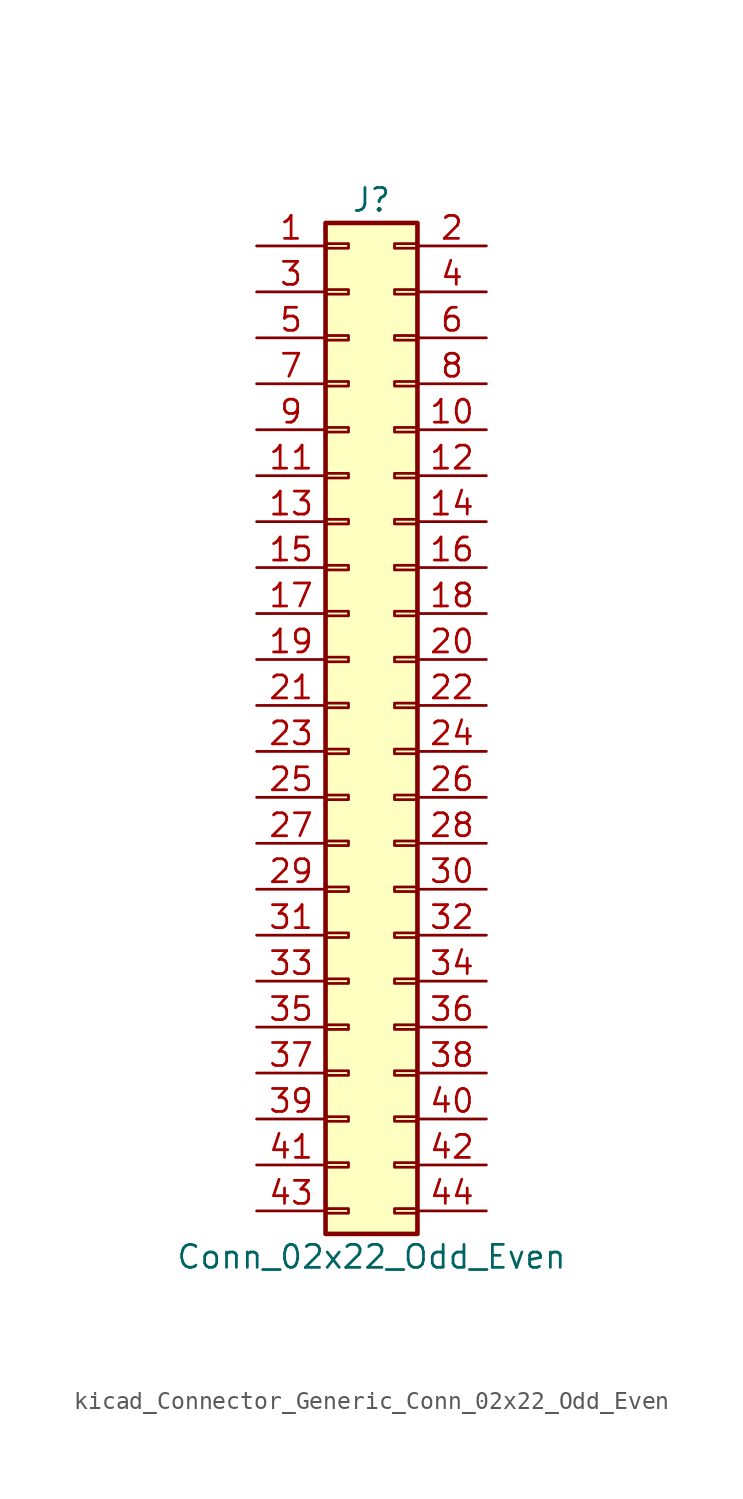
<source format=kicad_sym>
(kicad_symbol_lib
  (version 20220914)
  (generator kicad_symbol_editor)
  (symbol "kicad_Connector_Generic_Conn_02x22_Odd_Even"
    (pin_names
      (offset 1.016) hide)
    (property "Reference" "J"
      (at 1.27 27.94 0)
      (effects (font (size 1.27 1.27))))
    (property "Value" "Conn_02x22_Odd_Even"
      (at 1.27 -30.48 0)
      (effects (font (size 1.27 1.27))))
    (symbol "kicad_Connector_Generic_Conn_02x22_Odd_Even_1_1"
      (rectangle (start -1.27 -27.813) (end 0 -28.067) (stroke (width 0.152) (type default)) (fill (type none)))
      (rectangle (start -1.27 -25.273) (end 0 -25.527) (stroke (width 0.152) (type default)) (fill (type none)))
      (rectangle (start -1.27 -22.733) (end 0 -22.987) (stroke (width 0.152) (type default)) (fill (type none)))
      (rectangle (start -1.27 -20.193) (end 0 -20.447) (stroke (width 0.152) (type default)) (fill (type none)))
      (rectangle (start -1.27 -17.653) (end 0 -17.907) (stroke (width 0.152) (type default)) (fill (type none)))
      (rectangle (start -1.27 -15.113) (end 0 -15.367) (stroke (width 0.152) (type default)) (fill (type none)))
      (rectangle (start -1.27 -12.573) (end 0 -12.827) (stroke (width 0.152) (type default)) (fill (type none)))
      (rectangle (start -1.27 -10.033) (end 0 -10.287) (stroke (width 0.152) (type default)) (fill (type none)))
      (rectangle (start -1.27 -7.493) (end 0 -7.747) (stroke (width 0.152) (type default)) (fill (type none)))
      (rectangle (start -1.27 -4.953) (end 0 -5.207) (stroke (width 0.152) (type default)) (fill (type none)))
      (rectangle (start -1.27 -2.413) (end 0 -2.667) (stroke (width 0.152) (type default)) (fill (type none)))
      (rectangle (start -1.27 0.127) (end 0 -0.127) (stroke (width 0.152) (type default)) (fill (type none)))
      (rectangle (start -1.27 2.667) (end 0 2.413) (stroke (width 0.152) (type default)) (fill (type none)))
      (rectangle (start -1.27 5.207) (end 0 4.953) (stroke (width 0.152) (type default)) (fill (type none)))
      (rectangle (start -1.27 7.747) (end 0 7.493) (stroke (width 0.152) (type default)) (fill (type none)))
      (rectangle (start -1.27 10.287) (end 0 10.033) (stroke (width 0.152) (type default)) (fill (type none)))
      (rectangle (start -1.27 12.827) (end 0 12.573) (stroke (width 0.152) (type default)) (fill (type none)))
      (rectangle (start -1.27 15.367) (end 0 15.113) (stroke (width 0.152) (type default)) (fill (type none)))
      (rectangle (start -1.27 17.907) (end 0 17.653) (stroke (width 0.152) (type default)) (fill (type none)))
      (rectangle (start -1.27 20.447) (end 0 20.193) (stroke (width 0.152) (type default)) (fill (type none)))
      (rectangle (start -1.27 22.987) (end 0 22.733) (stroke (width 0.152) (type default)) (fill (type none)))
      (rectangle (start -1.27 25.527) (end 0 25.273) (stroke (width 0.152) (type default)) (fill (type none)))
      (rectangle (start -1.27 26.67) (end 3.81 -29.21) (stroke (width 0.254) (type default)) (fill (type background)))
      (rectangle (start 3.81 -27.813) (end 2.54 -28.067) (stroke (width 0.152) (type default)) (fill (type none)))
      (rectangle (start 3.81 -25.273) (end 2.54 -25.527) (stroke (width 0.152) (type default)) (fill (type none)))
      (rectangle (start 3.81 -22.733) (end 2.54 -22.987) (stroke (width 0.152) (type default)) (fill (type none)))
      (rectangle (start 3.81 -20.193) (end 2.54 -20.447) (stroke (width 0.152) (type default)) (fill (type none)))
      (rectangle (start 3.81 -17.653) (end 2.54 -17.907) (stroke (width 0.152) (type default)) (fill (type none)))
      (rectangle (start 3.81 -15.113) (end 2.54 -15.367) (stroke (width 0.152) (type default)) (fill (type none)))
      (rectangle (start 3.81 -12.573) (end 2.54 -12.827) (stroke (width 0.152) (type default)) (fill (type none)))
      (rectangle (start 3.81 -10.033) (end 2.54 -10.287) (stroke (width 0.152) (type default)) (fill (type none)))
      (rectangle (start 3.81 -7.493) (end 2.54 -7.747) (stroke (width 0.152) (type default)) (fill (type none)))
      (rectangle (start 3.81 -4.953) (end 2.54 -5.207) (stroke (width 0.152) (type default)) (fill (type none)))
      (rectangle (start 3.81 -2.413) (end 2.54 -2.667) (stroke (width 0.152) (type default)) (fill (type none)))
      (rectangle (start 3.81 0.127) (end 2.54 -0.127) (stroke (width 0.152) (type default)) (fill (type none)))
      (rectangle (start 3.81 2.667) (end 2.54 2.413) (stroke (width 0.152) (type default)) (fill (type none)))
      (rectangle (start 3.81 5.207) (end 2.54 4.953) (stroke (width 0.152) (type default)) (fill (type none)))
      (rectangle (start 3.81 7.747) (end 2.54 7.493) (stroke (width 0.152) (type default)) (fill (type none)))
      (rectangle (start 3.81 10.287) (end 2.54 10.033) (stroke (width 0.152) (type default)) (fill (type none)))
      (rectangle (start 3.81 12.827) (end 2.54 12.573) (stroke (width 0.152) (type default)) (fill (type none)))
      (rectangle (start 3.81 15.367) (end 2.54 15.113) (stroke (width 0.152) (type default)) (fill (type none)))
      (rectangle (start 3.81 17.907) (end 2.54 17.653) (stroke (width 0.152) (type default)) (fill (type none)))
      (rectangle (start 3.81 20.447) (end 2.54 20.193) (stroke (width 0.152) (type default)) (fill (type none)))
      (rectangle (start 3.81 22.987) (end 2.54 22.733) (stroke (width 0.152) (type default)) (fill (type none)))
      (rectangle (start 3.81 25.527) (end 2.54 25.273) (stroke (width 0.152) (type default)) (fill (type none)))
      (pin passive line (at -5.08 25.4 0) (length 3.81) (name "Pin_1" (effects (font (size 1.27 1.27)))) (number "1" (effects (font (size 1.27 1.27)))))
      (pin passive line (at 7.62 15.24 180) (length 3.81) (name "Pin_10" (effects (font (size 1.27 1.27)))) (number "10" (effects (font (size 1.27 1.27)))))
      (pin passive line (at -5.08 12.7 0) (length 3.81) (name "Pin_11" (effects (font (size 1.27 1.27)))) (number "11" (effects (font (size 1.27 1.27)))))
      (pin passive line (at 7.62 12.7 180) (length 3.81) (name "Pin_12" (effects (font (size 1.27 1.27)))) (number "12" (effects (font (size 1.27 1.27)))))
      (pin passive line (at -5.08 10.16 0) (length 3.81) (name "Pin_13" (effects (font (size 1.27 1.27)))) (number "13" (effects (font (size 1.27 1.27)))))
      (pin passive line (at 7.62 10.16 180) (length 3.81) (name "Pin_14" (effects (font (size 1.27 1.27)))) (number "14" (effects (font (size 1.27 1.27)))))
      (pin passive line (at -5.08 7.62 0) (length 3.81) (name "Pin_15" (effects (font (size 1.27 1.27)))) (number "15" (effects (font (size 1.27 1.27)))))
      (pin passive line (at 7.62 7.62 180) (length 3.81) (name "Pin_16" (effects (font (size 1.27 1.27)))) (number "16" (effects (font (size 1.27 1.27)))))
      (pin passive line (at -5.08 5.08 0) (length 3.81) (name "Pin_17" (effects (font (size 1.27 1.27)))) (number "17" (effects (font (size 1.27 1.27)))))
      (pin passive line (at 7.62 5.08 180) (length 3.81) (name "Pin_18" (effects (font (size 1.27 1.27)))) (number "18" (effects (font (size 1.27 1.27)))))
      (pin passive line (at -5.08 2.54 0) (length 3.81) (name "Pin_19" (effects (font (size 1.27 1.27)))) (number "19" (effects (font (size 1.27 1.27)))))
      (pin passive line (at 7.62 25.4 180) (length 3.81) (name "Pin_2" (effects (font (size 1.27 1.27)))) (number "2" (effects (font (size 1.27 1.27)))))
      (pin passive line (at 7.62 2.54 180) (length 3.81) (name "Pin_20" (effects (font (size 1.27 1.27)))) (number "20" (effects (font (size 1.27 1.27)))))
      (pin passive line (at -5.08 0 0) (length 3.81) (name "Pin_21" (effects (font (size 1.27 1.27)))) (number "21" (effects (font (size 1.27 1.27)))))
      (pin passive line (at 7.62 0 180) (length 3.81) (name "Pin_22" (effects (font (size 1.27 1.27)))) (number "22" (effects (font (size 1.27 1.27)))))
      (pin passive line (at -5.08 -2.54 0) (length 3.81) (name "Pin_23" (effects (font (size 1.27 1.27)))) (number "23" (effects (font (size 1.27 1.27)))))
      (pin passive line (at 7.62 -2.54 180) (length 3.81) (name "Pin_24" (effects (font (size 1.27 1.27)))) (number "24" (effects (font (size 1.27 1.27)))))
      (pin passive line (at -5.08 -5.08 0) (length 3.81) (name "Pin_25" (effects (font (size 1.27 1.27)))) (number "25" (effects (font (size 1.27 1.27)))))
      (pin passive line (at 7.62 -5.08 180) (length 3.81) (name "Pin_26" (effects (font (size 1.27 1.27)))) (number "26" (effects (font (size 1.27 1.27)))))
      (pin passive line (at -5.08 -7.62 0) (length 3.81) (name "Pin_27" (effects (font (size 1.27 1.27)))) (number "27" (effects (font (size 1.27 1.27)))))
      (pin passive line (at 7.62 -7.62 180) (length 3.81) (name "Pin_28" (effects (font (size 1.27 1.27)))) (number "28" (effects (font (size 1.27 1.27)))))
      (pin passive line (at -5.08 -10.16 0) (length 3.81) (name "Pin_29" (effects (font (size 1.27 1.27)))) (number "29" (effects (font (size 1.27 1.27)))))
      (pin passive line (at -5.08 22.86 0) (length 3.81) (name "Pin_3" (effects (font (size 1.27 1.27)))) (number "3" (effects (font (size 1.27 1.27)))))
      (pin passive line (at 7.62 -10.16 180) (length 3.81) (name "Pin_30" (effects (font (size 1.27 1.27)))) (number "30" (effects (font (size 1.27 1.27)))))
      (pin passive line (at -5.08 -12.7 0) (length 3.81) (name "Pin_31" (effects (font (size 1.27 1.27)))) (number "31" (effects (font (size 1.27 1.27)))))
      (pin passive line (at 7.62 -12.7 180) (length 3.81) (name "Pin_32" (effects (font (size 1.27 1.27)))) (number "32" (effects (font (size 1.27 1.27)))))
      (pin passive line (at -5.08 -15.24 0) (length 3.81) (name "Pin_33" (effects (font (size 1.27 1.27)))) (number "33" (effects (font (size 1.27 1.27)))))
      (pin passive line (at 7.62 -15.24 180) (length 3.81) (name "Pin_34" (effects (font (size 1.27 1.27)))) (number "34" (effects (font (size 1.27 1.27)))))
      (pin passive line (at -5.08 -17.78 0) (length 3.81) (name "Pin_35" (effects (font (size 1.27 1.27)))) (number "35" (effects (font (size 1.27 1.27)))))
      (pin passive line (at 7.62 -17.78 180) (length 3.81) (name "Pin_36" (effects (font (size 1.27 1.27)))) (number "36" (effects (font (size 1.27 1.27)))))
      (pin passive line (at -5.08 -20.32 0) (length 3.81) (name "Pin_37" (effects (font (size 1.27 1.27)))) (number "37" (effects (font (size 1.27 1.27)))))
      (pin passive line (at 7.62 -20.32 180) (length 3.81) (name "Pin_38" (effects (font (size 1.27 1.27)))) (number "38" (effects (font (size 1.27 1.27)))))
      (pin passive line (at -5.08 -22.86 0) (length 3.81) (name "Pin_39" (effects (font (size 1.27 1.27)))) (number "39" (effects (font (size 1.27 1.27)))))
      (pin passive line (at 7.62 22.86 180) (length 3.81) (name "Pin_4" (effects (font (size 1.27 1.27)))) (number "4" (effects (font (size 1.27 1.27)))))
      (pin passive line (at 7.62 -22.86 180) (length 3.81) (name "Pin_40" (effects (font (size 1.27 1.27)))) (number "40" (effects (font (size 1.27 1.27)))))
      (pin passive line (at -5.08 -25.4 0) (length 3.81) (name "Pin_41" (effects (font (size 1.27 1.27)))) (number "41" (effects (font (size 1.27 1.27)))))
      (pin passive line (at 7.62 -25.4 180) (length 3.81) (name "Pin_42" (effects (font (size 1.27 1.27)))) (number "42" (effects (font (size 1.27 1.27)))))
      (pin passive line (at -5.08 -27.94 0) (length 3.81) (name "Pin_43" (effects (font (size 1.27 1.27)))) (number "43" (effects (font (size 1.27 1.27)))))
      (pin passive line (at 7.62 -27.94 180) (length 3.81) (name "Pin_44" (effects (font (size 1.27 1.27)))) (number "44" (effects (font (size 1.27 1.27)))))
      (pin passive line (at -5.08 20.32 0) (length 3.81) (name "Pin_5" (effects (font (size 1.27 1.27)))) (number "5" (effects (font (size 1.27 1.27)))))
      (pin passive line (at 7.62 20.32 180) (length 3.81) (name "Pin_6" (effects (font (size 1.27 1.27)))) (number "6" (effects (font (size 1.27 1.27)))))
      (pin passive line (at -5.08 17.78 0) (length 3.81) (name "Pin_7" (effects (font (size 1.27 1.27)))) (number "7" (effects (font (size 1.27 1.27)))))
      (pin passive line (at 7.62 17.78 180) (length 3.81) (name "Pin_8" (effects (font (size 1.27 1.27)))) (number "8" (effects (font (size 1.27 1.27)))))
      (pin passive line (at -5.08 15.24 0) (length 3.81) (name "Pin_9" (effects (font (size 1.27 1.27)))) (number "9" (effects (font (size 1.27 1.27))))))))
</source>
